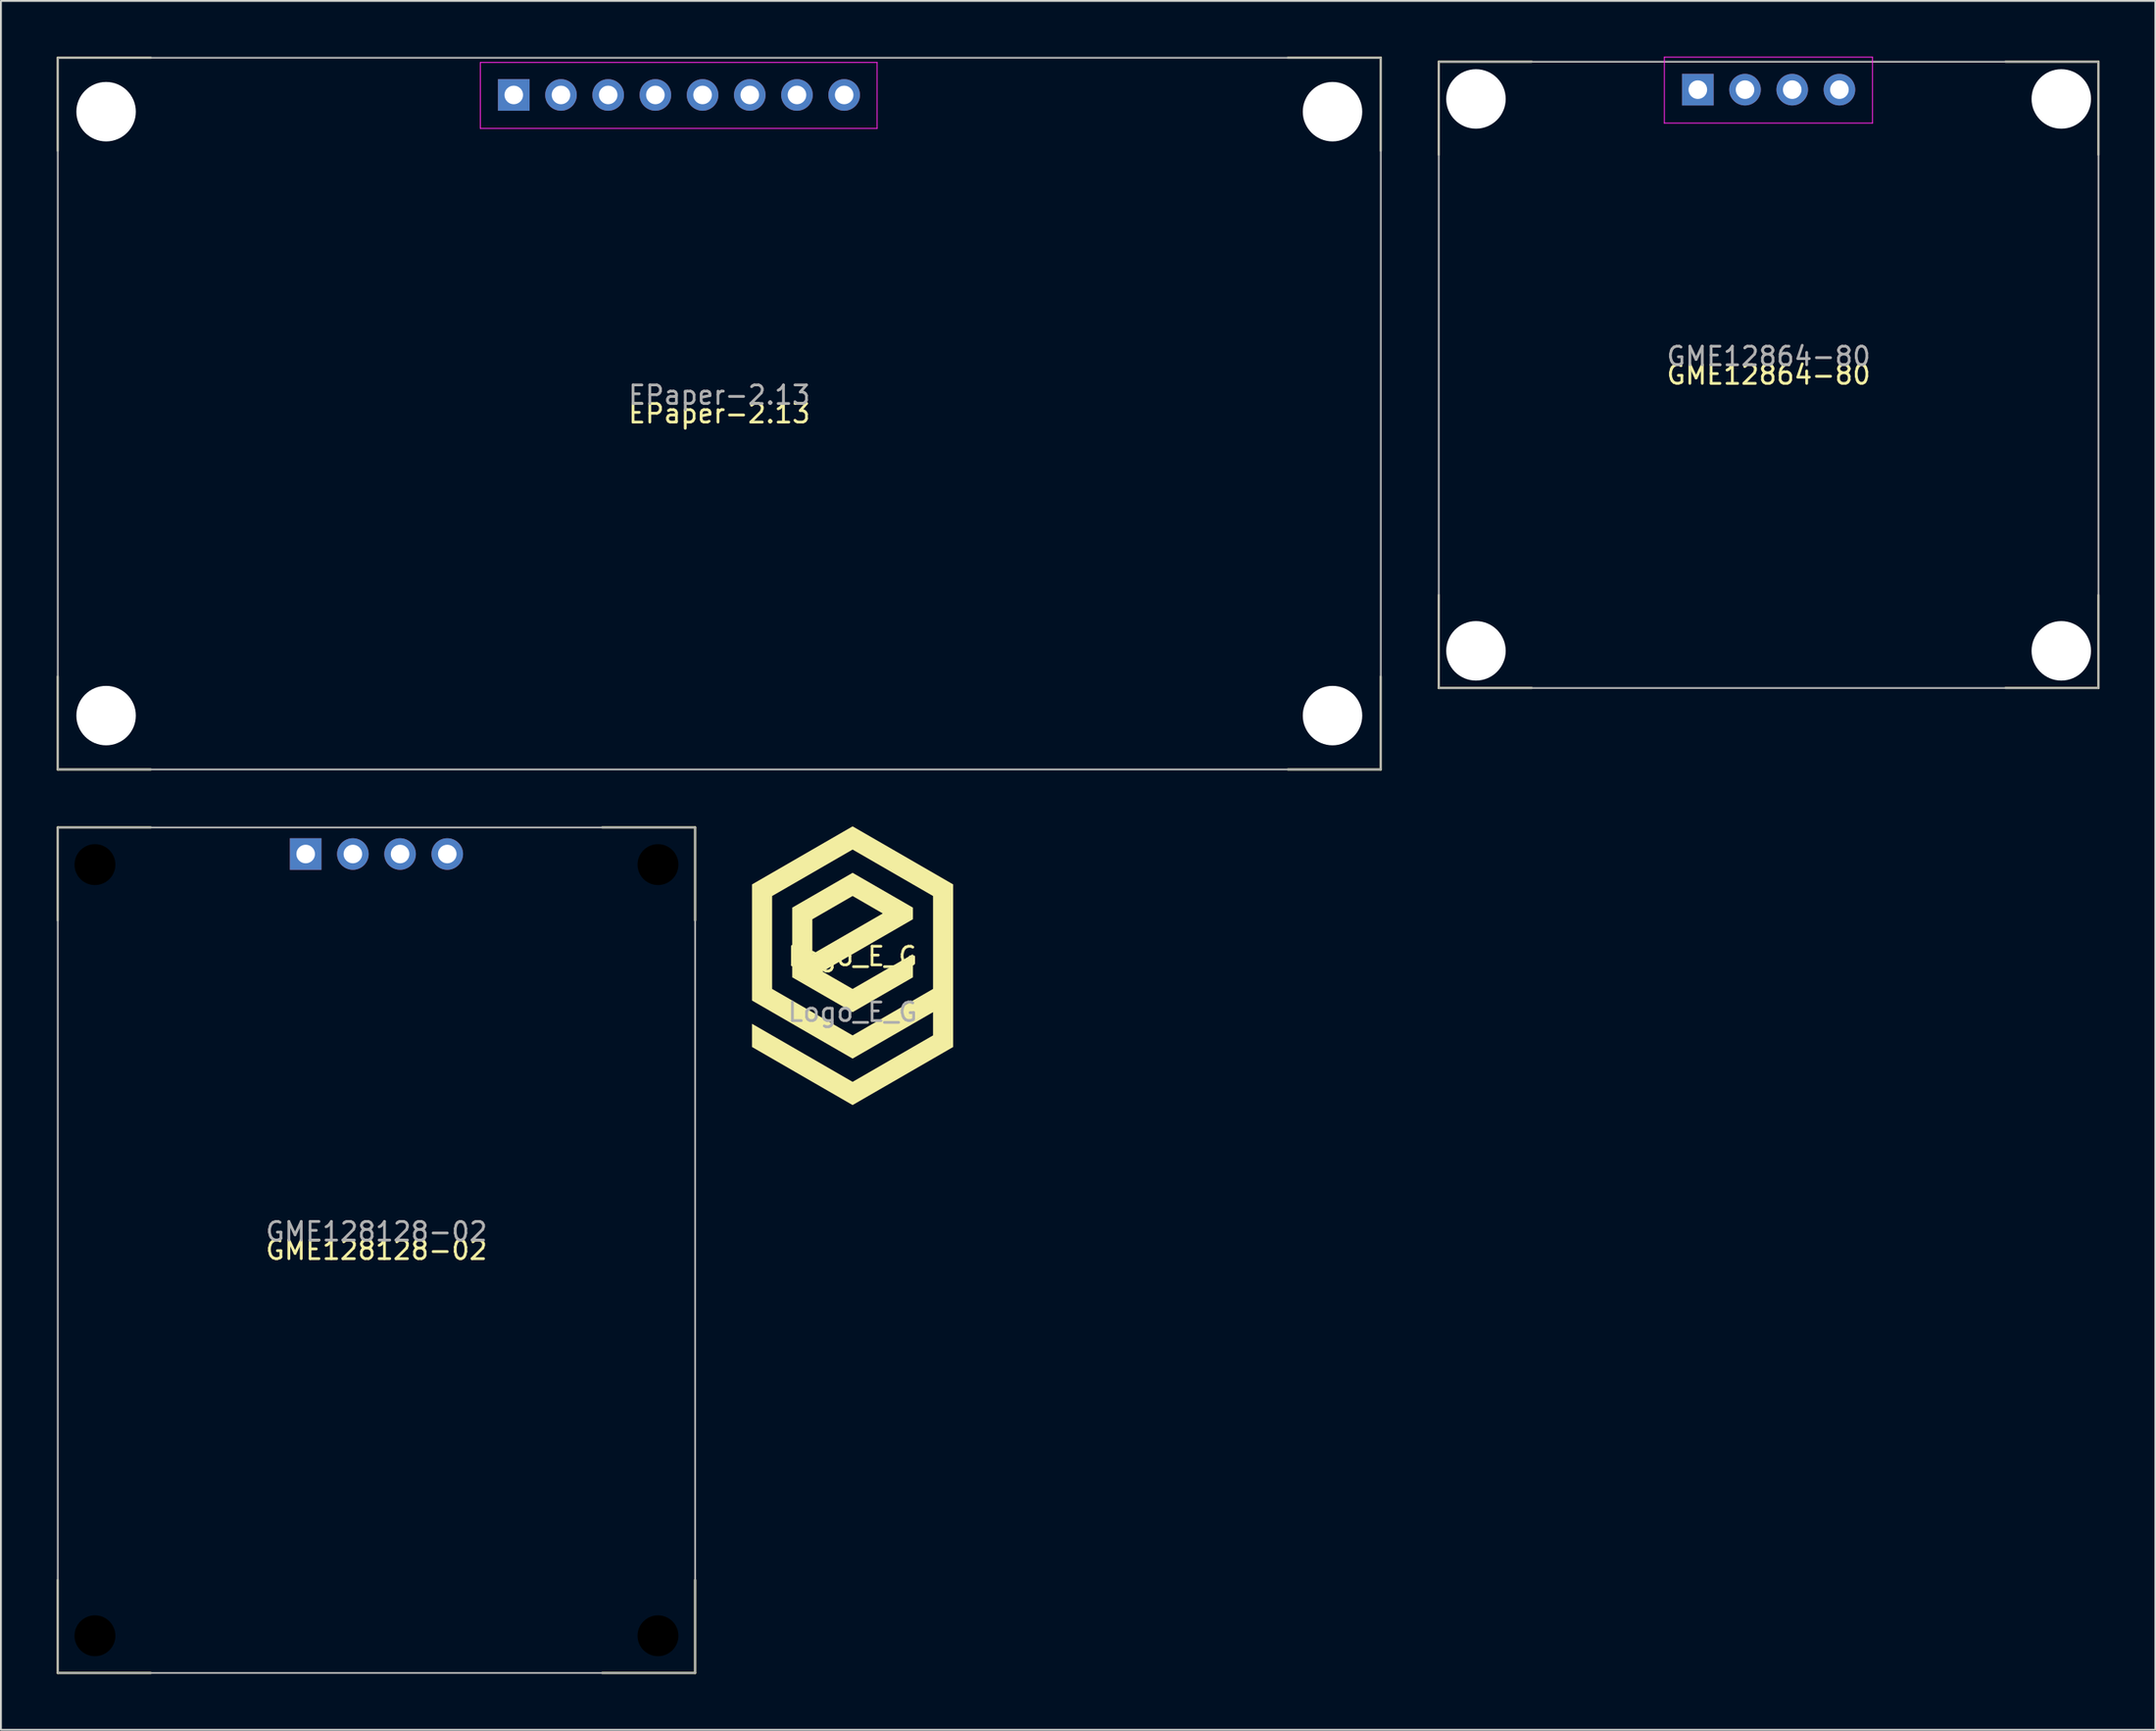
<source format=kicad_pcb>
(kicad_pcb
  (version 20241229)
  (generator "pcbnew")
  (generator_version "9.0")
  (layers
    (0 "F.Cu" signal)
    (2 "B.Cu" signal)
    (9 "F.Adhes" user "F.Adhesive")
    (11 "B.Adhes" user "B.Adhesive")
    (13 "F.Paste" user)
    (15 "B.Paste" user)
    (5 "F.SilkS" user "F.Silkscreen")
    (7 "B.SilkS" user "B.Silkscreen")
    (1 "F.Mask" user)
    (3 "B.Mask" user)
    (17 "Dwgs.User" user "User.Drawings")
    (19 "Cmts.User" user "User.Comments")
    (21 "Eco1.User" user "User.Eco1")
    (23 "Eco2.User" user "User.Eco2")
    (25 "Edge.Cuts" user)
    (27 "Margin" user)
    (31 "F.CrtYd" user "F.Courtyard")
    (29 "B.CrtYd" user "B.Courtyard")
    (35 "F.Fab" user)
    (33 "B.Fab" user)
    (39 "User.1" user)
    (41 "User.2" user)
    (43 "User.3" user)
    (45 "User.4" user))
  (footprint "GME12864-80"
    (layer "F.Cu")
    (at 92.13 17.125)
    (property "Reference" "GME12864-80" (at 0 0 0) (unlocked yes) (layer "F.SilkS") (effects (font (size 1 1) (thickness 0.15))))
    (attr through_hole)
    (fp_line (start -17.75 -16.85) (end -12.75 -16.85) (stroke (width 0.12) (type solid)) (layer "F.SilkS"))
    (fp_line (start -17.75 -11.85) (end -17.75 -16.85) (stroke (width 0.12) (type solid)) (layer "F.SilkS"))
    (fp_line (start -17.75 16.85) (end -17.75 11.85) (stroke (width 0.12) (type solid)) (layer "F.SilkS"))
    (fp_line (start -12.75 16.85) (end -17.75 16.85) (stroke (width 0.12) (type solid)) (layer "F.SilkS"))
    (fp_line (start 12.75 -16.85) (end 17.75 -16.85) (stroke (width 0.12) (type solid)) (layer "F.SilkS"))
    (fp_line (start 17.75 -16.85) (end 17.75 -11.85) (stroke (width 0.12) (type solid)) (layer "F.SilkS"))
    (fp_line (start 17.75 11.85) (end 17.75 16.85) (stroke (width 0.12) (type solid)) (layer "F.SilkS"))
    (fp_line (start 17.75 16.85) (end 12.75 16.85) (stroke (width 0.12) (type solid)) (layer "F.SilkS"))
    (fp_line (start -5.61 -17.1) (end 5.59 -17.1) (stroke (width 0.05) (type solid)) (layer "F.CrtYd"))
    (fp_line (start -5.61 -13.55) (end -5.61 -17.1) (stroke (width 0.05) (type solid)) (layer "F.CrtYd"))
    (fp_line (start 5.59 -17.1) (end 5.59 -13.55) (stroke (width 0.05) (type solid)) (layer "F.CrtYd"))
    (fp_line (start 5.59 -13.55) (end -5.61 -13.55) (stroke (width 0.05) (type solid)) (layer "F.CrtYd"))
    (fp_rect (start -17.75 -16.85) (end 17.75 16.85) (stroke (width 0.1) (type solid)) (fill no) (layer "F.Fab"))
    (fp_text user "${REFERENCE}" (at 0 -1 0) (unlocked yes) (layer "F.Fab") (effects (font (size 1 1) (thickness 0.15))))
    (pad "" np_thru_hole circle (at -15.75 -14.85 90) (size 3.2 3.2) (drill 3.2) (layers "*.Cu" "*.Mask"))
    (pad "" np_thru_hole circle (at -15.75 14.85 90) (size 3.2 3.2) (drill 3.2) (layers "*.Cu" "*.Mask"))
    (pad "" np_thru_hole circle (at 15.75 -14.85 90) (size 3.2 3.2) (drill 3.2) (layers "*.Cu" "*.Mask"))
    (pad "" np_thru_hole circle (at 15.75 14.85 90) (size 3.2 3.2) (drill 3.2) (layers "*.Cu" "*.Mask"))
    (pad "1" thru_hole rect (at -3.81 -15.35 90) (size 1.7 1.7) (drill 1) (layers "*.Cu" "*.Mask"))
    (pad "2" thru_hole oval (at -1.27 -15.35 90) (size 1.7 1.7) (drill 1) (layers "*.Cu" "*.Mask"))
    (pad "3" thru_hole oval (at 1.27 -15.35 90) (size 1.7 1.7) (drill 1) (layers "*.Cu" "*.Mask"))
    (pad "4" thru_hole oval (at 3.81 -15.35 90) (size 1.7 1.7) (drill 1) (layers "*.Cu" "*.Mask")))
  (footprint "Logo_E_G"
    (layer "F.Cu")
    (at 42.833 48.92)
    (property "Reference" "Logo_E_G" (at 0 -0.5 0) (unlocked yes) (layer "F.SilkS") (effects (font (size 1 1) (thickness 0.15))))
    (fp_poly (pts (xy 3.248 -3.125) (xy 3.248 -3.125) (xy 3.248 -2.5) (xy 3.248 -2.5) (xy -1.624 0.313) (xy 0.000016 1.25) (xy 3.248 -0.625) (xy 3.248 0.625) (xy 3.248 0.625) (xy 0 2.5) (xy -3.248 0.625) (xy -3.248 -0.625) (xy -2.165 -0.625) (xy -1.301 -1.124) (xy 1.624 -2.812) (xy 0 -3.75) (xy -2.165 -2.5) (xy -2.165 -0.625) (xy -3.248 -0.625) (xy -3.248 -3.125) (xy 0 -5)) (stroke (width 0) (type solid)) (fill yes) (layer "F.SilkS"))
    (fp_poly (pts (xy 5.413 -4.375) (xy 5.413 4.375) (xy -0.000015 7.5) (xy -5.413 4.375) (xy -5.413 3.125) (xy -5.413 3.125) (xy 0 6.25) (xy 4.33 3.75) (xy 4.33 2.5) (xy 0 5) (xy -5.413 1.875) (xy -5.413 1.25) (xy -4.33 1.25) (xy 0 3.75) (xy 4.33 1.25) (xy 4.33 -3.75) (xy 0 -6.25) (xy -4.33 -3.75) (xy -4.33 1.25) (xy -5.413 1.25) (xy -5.413 -4.375) (xy 0 -7.5)) (stroke (width 0) (type solid)) (fill yes) (layer "F.SilkS"))
    (fp_text user "${REFERENCE}" (at 0 2.5 0) (unlocked yes) (layer "F.Fab") (effects (font (size 1 1) (thickness 0.15)))))
  (footprint "EPaper-2.13"
    (layer "F.Cu")
    (at 35.66 19.21)
    (property "Reference" "EPaper-2.13" (at 0 0 0) (unlocked yes) (layer "F.SilkS") (effects (font (size 1 1) (thickness 0.15))))
    (attr through_hole)
    (fp_line (start -35.6 -19.15) (end -35.6 -14.15) (stroke (width 0.12) (type solid)) (layer "F.SilkS"))
    (fp_line (start -35.6 -19.15) (end -30.6 -19.15) (stroke (width 0.12) (type solid)) (layer "F.SilkS"))
    (fp_line (start -35.6 19.15) (end -35.6 14.15) (stroke (width 0.12) (type solid)) (layer "F.SilkS"))
    (fp_line (start -35.6 19.15) (end -30.6 19.15) (stroke (width 0.12) (type solid)) (layer "F.SilkS"))
    (fp_line (start 35.6 -19.15) (end 30.6 -19.15) (stroke (width 0.12) (type solid)) (layer "F.SilkS"))
    (fp_line (start 35.6 -19.15) (end 35.6 -14.15) (stroke (width 0.12) (type solid)) (layer "F.SilkS"))
    (fp_line (start 35.6 19.15) (end 30.6 19.15) (stroke (width 0.12) (type solid)) (layer "F.SilkS"))
    (fp_line (start 35.6 19.15) (end 35.6 14.15) (stroke (width 0.12) (type solid)) (layer "F.SilkS"))
    (fp_line (start -12.86 -18.9) (end 8.49 -18.9) (stroke (width 0.05) (type solid)) (layer "F.CrtYd"))
    (fp_line (start -12.86 -15.35) (end -12.86 -18.9) (stroke (width 0.05) (type solid)) (layer "F.CrtYd"))
    (fp_line (start 8.49 -18.9) (end 8.49 -15.35) (stroke (width 0.05) (type solid)) (layer "F.CrtYd"))
    (fp_line (start 8.49 -15.35) (end -12.86 -15.35) (stroke (width 0.05) (type solid)) (layer "F.CrtYd"))
    (fp_rect (start -35.6 -19.15) (end 35.6 19.15) (stroke (width 0.1) (type solid)) (fill no) (layer "F.Fab"))
    (fp_text user "${REFERENCE}" (at 0 -1 0) (unlocked yes) (layer "F.Fab") (effects (font (size 1 1) (thickness 0.15))))
    (pad "" np_thru_hole circle (at -33 -16.25) (size 3.2 3.2) (drill 3.2) (layers "*.Cu" "*.Mask"))
    (pad "" np_thru_hole circle (at -33 16.25) (size 3.2 3.2) (drill 3.2) (layers "*.Cu" "*.Mask"))
    (pad "" np_thru_hole circle (at 33 -16.25) (size 3.2 3.2) (drill 3.2) (layers "*.Cu" "*.Mask"))
    (pad "" np_thru_hole circle (at 33 16.25) (size 3.2 3.2) (drill 3.2) (layers "*.Cu" "*.Mask"))
    (pad "1" thru_hole rect (at -11.06 -17.15 90) (size 1.7 1.7) (drill 1) (layers "*.Cu" "*.Mask"))
    (pad "2" thru_hole oval (at -8.52 -17.15 90) (size 1.7 1.7) (drill 1) (layers "*.Cu" "*.Mask"))
    (pad "3" thru_hole oval (at -5.98 -17.15 90) (size 1.7 1.7) (drill 1) (layers "*.Cu" "*.Mask"))
    (pad "4" thru_hole oval (at -3.44 -17.15 90) (size 1.7 1.7) (drill 1) (layers "*.Cu" "*.Mask"))
    (pad "5" thru_hole oval (at -0.9 -17.15 90) (size 1.7 1.7) (drill 1) (layers "*.Cu" "*.Mask"))
    (pad "6" thru_hole oval (at 1.64 -17.15 90) (size 1.7 1.7) (drill 1) (layers "*.Cu" "*.Mask"))
    (pad "7" thru_hole oval (at 4.18 -17.15 90) (size 1.7 1.7) (drill 1) (layers "*.Cu" "*.Mask"))
    (pad "8" thru_hole oval (at 6.72 -17.15 90) (size 1.7 1.7) (drill 1) (layers "*.Cu" "*.Mask")))
  (footprint "GME128128-02"
    (layer "F.Cu")
    (at 17.21 64.23)
    (property "Reference" "GME128128-02" (at 0 0 0) (unlocked yes) (layer "F.SilkS") (effects (font (size 1 1) (thickness 0.15))))
    (attr through_hole)
    (fp_line (start -17.15 -22.75) (end -12.15 -22.75) (stroke (width 0.12) (type solid)) (layer "F.SilkS"))
    (fp_line (start -17.15 -17.75) (end -17.15 -22.75) (stroke (width 0.12) (type solid)) (layer "F.SilkS"))
    (fp_line (start -17.15 22.75) (end -17.15 17.75) (stroke (width 0.12) (type solid)) (layer "F.SilkS"))
    (fp_line (start -12.15 22.75) (end -17.15 22.75) (stroke (width 0.12) (type solid)) (layer "F.SilkS"))
    (fp_line (start 12.15 -22.75) (end 17.15 -22.75) (stroke (width 0.12) (type solid)) (layer "F.SilkS"))
    (fp_line (start 17.15 -22.75) (end 17.15 -17.75) (stroke (width 0.12) (type solid)) (layer "F.SilkS"))
    (fp_line (start 17.15 17.75) (end 17.15 22.75) (stroke (width 0.12) (type solid)) (layer "F.SilkS"))
    (fp_line (start 17.15 22.75) (end 12.15 22.75) (stroke (width 0.12) (type solid)) (layer "F.SilkS"))
    (fp_rect (start -17.15 -22.75) (end 17.15 22.75) (stroke (width 0.1) (type solid)) (fill no) (layer "F.Fab"))
    (fp_text user "${REFERENCE}" (at 0 -1 0) (unlocked yes) (layer "F.Fab") (effects (font (size 1 1) (thickness 0.15))))
    (pad "" np_thru_hole circle (at -15.15 -20.75 90) (size 2.2 2.2) (drill 2.2) (layers "*.Mask"))
    (pad "" np_thru_hole circle (at -15.15 20.75 90) (size 2.2 2.2) (drill 2.2) (layers "*.Mask"))
    (pad "" np_thru_hole circle (at 15.15 -20.75 90) (size 2.2 2.2) (drill 2.2) (layers "*.Mask"))
    (pad "" np_thru_hole circle (at 15.15 20.75 90) (size 2.2 2.2) (drill 2.2) (layers "*.Mask"))
    (pad "1" thru_hole rect (at -3.81 -21.32 90) (size 1.7 1.7) (drill 1) (layers "*.Cu" "*.Mask"))
    (pad "2" thru_hole oval (at -1.27 -21.32 90) (size 1.7 1.7) (drill 1) (layers "*.Cu" "*.Mask"))
    (pad "3" thru_hole oval (at 1.27 -21.32 90) (size 1.7 1.7) (drill 1) (layers "*.Cu" "*.Mask"))
    (pad "4" thru_hole oval (at 3.81 -21.32 90) (size 1.7 1.7) (drill 1) (layers "*.Cu" "*.Mask")))
  (gr_rect
    (start -3 -3)
    (end 112.94 90.04)
    (stroke (width 0.1) (type default))
    (fill no)
    (layer "Edge.Cuts")))
</source>
